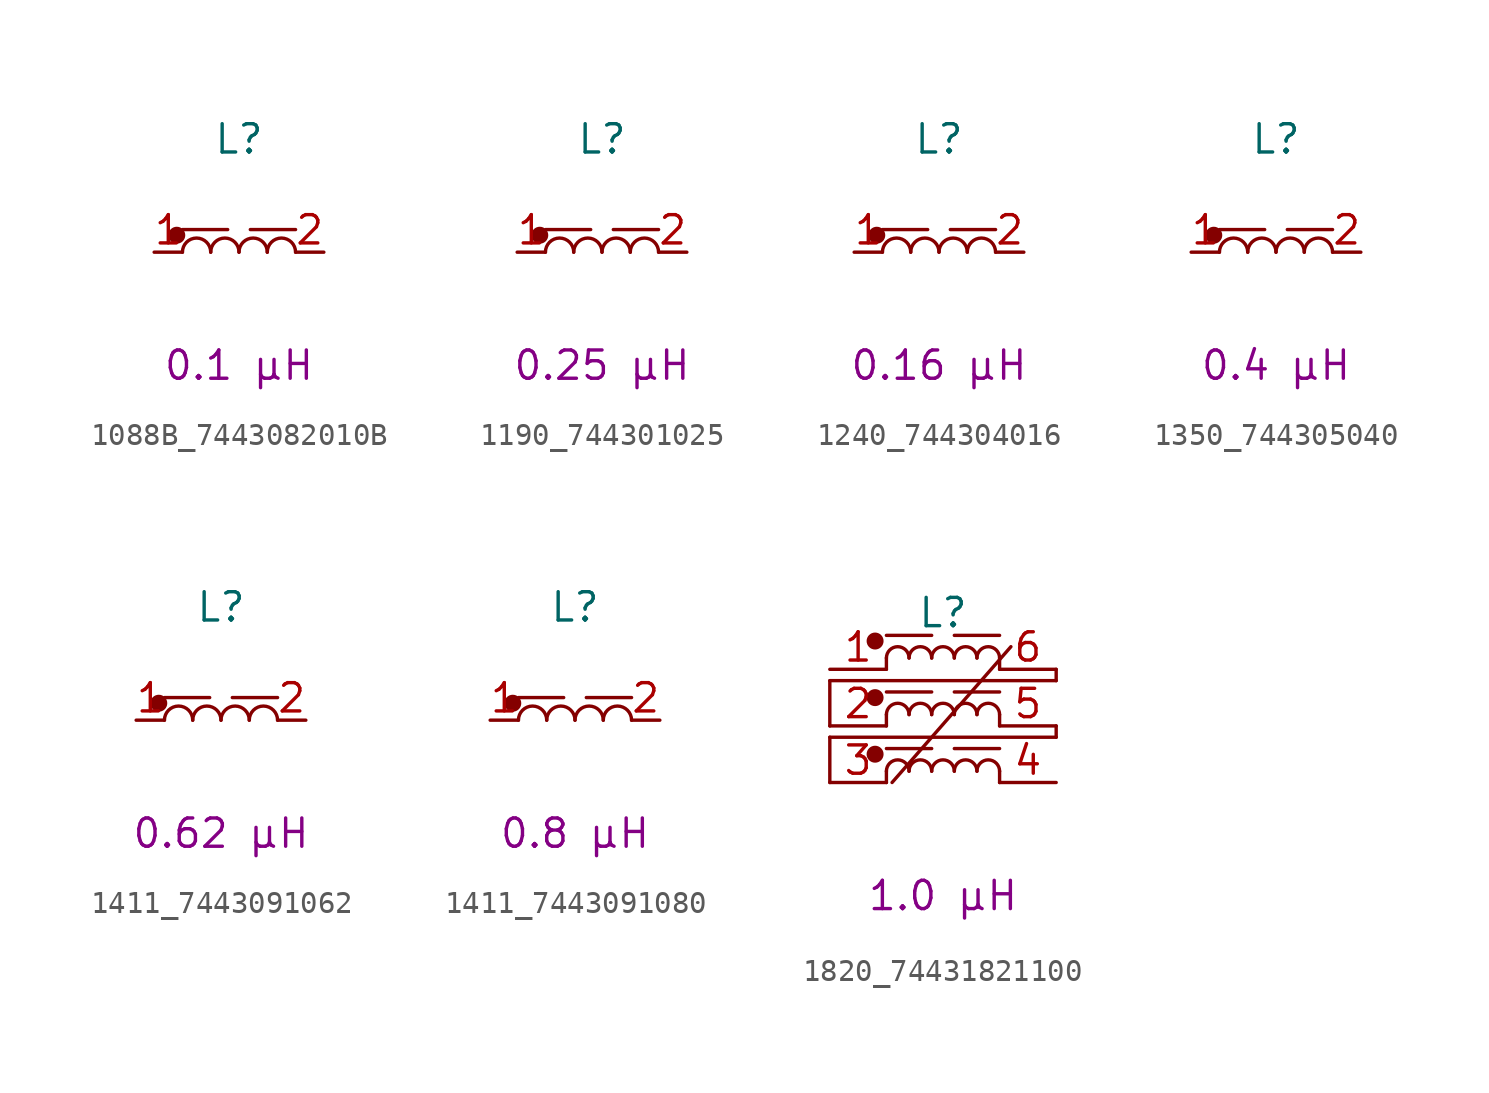
<source format=kicad_sym>
(kicad_symbol_lib
  (version 20220914)
  (generator kicad_symbol_editor)
  (symbol "1088B_7443082010B"
    (pin_names hide)
    (property "Reference" "L"
      (at 0 5.08 0)
      (effects (font (size 1.27 1.27))))
    (property "Critical Parameter" "0.1 µH"
      (at 0 -5.08 0)
      (effects (font (size 1.27 1.27))))
    (symbol "1088B_7443082010B_0_1"
      (arc (start -1.27 0) (mid -1.905 0.6323) (end -2.54 0) (stroke (width 0) (type default)) (fill (type none)))
      (arc (start 0 0) (mid -0.635 0.6323) (end -1.27 0) (stroke (width 0) (type default)) (fill (type none)))
      (polyline (pts (xy -2.54 1.016) (xy -0.508 1.016)) (stroke (width 0) (type default)) (fill (type none)))
      (arc (start 1.27 0) (mid 0.635 0.6323) (end 0 0) (stroke (width 0) (type default)) (fill (type none)))
      (arc (start 2.54 0) (mid 1.905 0.6323) (end 1.27 0) (stroke (width 0) (type default)) (fill (type none))))
    (symbol "1088B_7443082010B_1_1"
      (circle (center -2.794 0.762) (radius 0.0001) (stroke (width 0.381) (type default)) (fill (type none)))
      (polyline (pts (xy 2.54 1.016) (xy 0.508 1.016)) (stroke (width 0) (type default)) (fill (type none)))
      (pin passive line (at -3.81 0 0) (length 1.27) (name "1" (effects (font (size 1.27 1.27)))) (number "1" (effects (font (size 1.27 1.27)))))
      (pin passive line (at 3.81 0 180) (length 1.27) (name "2" (effects (font (size 1.27 1.27)))) (number "2" (effects (font (size 1.27 1.27)))))))
  (symbol "1190_744301025"
    (pin_names hide)
    (property "Reference" "L"
      (at 0 5.08 0)
      (effects (font (size 1.27 1.27))))
    (property "Critical Parameter" "0.25 µH"
      (at 0 -5.08 0)
      (effects (font (size 1.27 1.27))))
    (symbol "1190_744301025_0_1"
      (arc (start -1.27 0) (mid -1.905 0.6323) (end -2.54 0) (stroke (width 0) (type default)) (fill (type none)))
      (arc (start 0 0) (mid -0.635 0.6323) (end -1.27 0) (stroke (width 0) (type default)) (fill (type none)))
      (polyline (pts (xy -2.54 1.016) (xy -0.508 1.016)) (stroke (width 0) (type default)) (fill (type none)))
      (arc (start 1.27 0) (mid 0.635 0.6323) (end 0 0) (stroke (width 0) (type default)) (fill (type none)))
      (arc (start 2.54 0) (mid 1.905 0.6323) (end 1.27 0) (stroke (width 0) (type default)) (fill (type none))))
    (symbol "1190_744301025_1_1"
      (circle (center -2.794 0.762) (radius 0.0001) (stroke (width 0.381) (type default)) (fill (type none)))
      (polyline (pts (xy 2.54 1.016) (xy 0.508 1.016)) (stroke (width 0) (type default)) (fill (type none)))
      (pin passive line (at -3.81 0 0) (length 1.27) (name "1" (effects (font (size 1.27 1.27)))) (number "1" (effects (font (size 1.27 1.27)))))
      (pin passive line (at 3.81 0 180) (length 1.27) (name "2" (effects (font (size 1.27 1.27)))) (number "2" (effects (font (size 1.27 1.27)))))))
  (symbol "1240_744304016"
    (pin_names hide)
    (property "Reference" "L"
      (at 0 5.08 0)
      (effects (font (size 1.27 1.27))))
    (property "Critical Parameter" "0.16 µH"
      (at 0 -5.08 0)
      (effects (font (size 1.27 1.27))))
    (symbol "1240_744304016_0_1"
      (arc (start -1.27 0) (mid -1.905 0.6323) (end -2.54 0) (stroke (width 0) (type default)) (fill (type none)))
      (arc (start 0 0) (mid -0.635 0.6323) (end -1.27 0) (stroke (width 0) (type default)) (fill (type none)))
      (polyline (pts (xy -2.54 1.016) (xy -0.508 1.016)) (stroke (width 0) (type default)) (fill (type none)))
      (arc (start 1.27 0) (mid 0.635 0.6323) (end 0 0) (stroke (width 0) (type default)) (fill (type none)))
      (arc (start 2.54 0) (mid 1.905 0.6323) (end 1.27 0) (stroke (width 0) (type default)) (fill (type none))))
    (symbol "1240_744304016_1_1"
      (circle (center -2.794 0.762) (radius 0.0001) (stroke (width 0.381) (type default)) (fill (type none)))
      (polyline (pts (xy 2.54 1.016) (xy 0.508 1.016)) (stroke (width 0) (type default)) (fill (type none)))
      (pin passive line (at -3.81 0 0) (length 1.27) (name "1" (effects (font (size 1.27 1.27)))) (number "1" (effects (font (size 1.27 1.27)))))
      (pin passive line (at 3.81 0 180) (length 1.27) (name "2" (effects (font (size 1.27 1.27)))) (number "2" (effects (font (size 1.27 1.27)))))))
  (symbol "1350_744305040"
    (pin_names hide)
    (property "Reference" "L"
      (at 0 5.08 0)
      (effects (font (size 1.27 1.27))))
    (property "Critical Parameter" "0.4 µH"
      (at 0 -5.08 0)
      (effects (font (size 1.27 1.27))))
    (symbol "1350_744305040_0_1"
      (arc (start -1.27 0) (mid -1.905 0.6323) (end -2.54 0) (stroke (width 0) (type default)) (fill (type none)))
      (arc (start 0 0) (mid -0.635 0.6323) (end -1.27 0) (stroke (width 0) (type default)) (fill (type none)))
      (polyline (pts (xy -2.54 1.016) (xy -0.508 1.016)) (stroke (width 0) (type default)) (fill (type none)))
      (arc (start 1.27 0) (mid 0.635 0.6323) (end 0 0) (stroke (width 0) (type default)) (fill (type none)))
      (arc (start 2.54 0) (mid 1.905 0.6323) (end 1.27 0) (stroke (width 0) (type default)) (fill (type none))))
    (symbol "1350_744305040_1_1"
      (circle (center -2.794 0.762) (radius 0.0001) (stroke (width 0.381) (type default)) (fill (type none)))
      (polyline (pts (xy 2.54 1.016) (xy 0.508 1.016)) (stroke (width 0) (type default)) (fill (type none)))
      (pin passive line (at -3.81 0 0) (length 1.27) (name "1" (effects (font (size 1.27 1.27)))) (number "1" (effects (font (size 1.27 1.27)))))
      (pin passive line (at 3.81 0 180) (length 1.27) (name "2" (effects (font (size 1.27 1.27)))) (number "2" (effects (font (size 1.27 1.27)))))))
  (symbol "1411_7443091062"
    (pin_names hide)
    (property "Reference" "L"
      (at 0 5.08 0)
      (effects (font (size 1.27 1.27))))
    (property "Critical Parameter" "0.62 µH"
      (at 0 -5.08 0)
      (effects (font (size 1.27 1.27))))
    (symbol "1411_7443091062_0_1"
      (arc (start -1.27 0) (mid -1.905 0.6323) (end -2.54 0) (stroke (width 0) (type default)) (fill (type none)))
      (arc (start 0 0) (mid -0.635 0.6323) (end -1.27 0) (stroke (width 0) (type default)) (fill (type none)))
      (polyline (pts (xy -2.54 1.016) (xy -0.508 1.016)) (stroke (width 0) (type default)) (fill (type none)))
      (arc (start 1.27 0) (mid 0.635 0.6323) (end 0 0) (stroke (width 0) (type default)) (fill (type none)))
      (arc (start 2.54 0) (mid 1.905 0.6323) (end 1.27 0) (stroke (width 0) (type default)) (fill (type none))))
    (symbol "1411_7443091062_1_1"
      (circle (center -2.794 0.762) (radius 0.0001) (stroke (width 0.381) (type default)) (fill (type none)))
      (polyline (pts (xy 2.54 1.016) (xy 0.508 1.016)) (stroke (width 0) (type default)) (fill (type none)))
      (pin passive line (at -3.81 0 0) (length 1.27) (name "1" (effects (font (size 1.27 1.27)))) (number "1" (effects (font (size 1.27 1.27)))))
      (pin passive line (at 3.81 0 180) (length 1.27) (name "2" (effects (font (size 1.27 1.27)))) (number "2" (effects (font (size 1.27 1.27)))))))
  (symbol "1411_7443091080"
    (pin_names hide)
    (property "Reference" "L"
      (at 0 5.08 0)
      (effects (font (size 1.27 1.27))))
    (property "Critical Parameter" "0.8 µH"
      (at 0 -5.08 0)
      (effects (font (size 1.27 1.27))))
    (symbol "1411_7443091080_0_1"
      (arc (start -1.27 0) (mid -1.905 0.6323) (end -2.54 0) (stroke (width 0) (type default)) (fill (type none)))
      (arc (start 0 0) (mid -0.635 0.6323) (end -1.27 0) (stroke (width 0) (type default)) (fill (type none)))
      (polyline (pts (xy -2.54 1.016) (xy -0.508 1.016)) (stroke (width 0) (type default)) (fill (type none)))
      (arc (start 1.27 0) (mid 0.635 0.6323) (end 0 0) (stroke (width 0) (type default)) (fill (type none)))
      (arc (start 2.54 0) (mid 1.905 0.6323) (end 1.27 0) (stroke (width 0) (type default)) (fill (type none))))
    (symbol "1411_7443091080_1_1"
      (circle (center -2.794 0.762) (radius 0.0001) (stroke (width 0.381) (type default)) (fill (type none)))
      (polyline (pts (xy 2.54 1.016) (xy 0.508 1.016)) (stroke (width 0) (type default)) (fill (type none)))
      (pin passive line (at -3.81 0 0) (length 1.27) (name "1" (effects (font (size 1.27 1.27)))) (number "1" (effects (font (size 1.27 1.27)))))
      (pin passive line (at 3.81 0 180) (length 1.27) (name "2" (effects (font (size 1.27 1.27)))) (number "2" (effects (font (size 1.27 1.27)))))))
  (symbol "1820_74431821100"
    (pin_names hide)
    (property "Reference" "L"
      (at 0 5.08 0)
      (effects (font (size 1.27 1.27))))
    (property "Critical Parameter" "1.0 µH"
      (at 0 -7.62 0)
      (effects (font (size 1.27 1.27))))
    (symbol "1820_74431821100_0_1"
      (arc (start -1.524 -2.032) (mid -2.032 -1.5262) (end -2.54 -2.032) (stroke (width 0) (type default)) (fill (type none)))
      (arc (start -1.524 0.508) (mid -2.032 1.0138) (end -2.54 0.508) (stroke (width 0) (type default)) (fill (type none)))
      (arc (start -1.524 3.048) (mid -2.032 3.5538) (end -2.54 3.048) (stroke (width 0) (type default)) (fill (type none)))
      (arc (start -0.508 -2.032) (mid -1.016 -1.5262) (end -1.524 -2.032) (stroke (width 0) (type default)) (fill (type none)))
      (arc (start -0.508 0.508) (mid -1.016 1.0138) (end -1.524 0.508) (stroke (width 0) (type default)) (fill (type none)))
      (arc (start -0.508 3.048) (mid -1.016 3.5538) (end -1.524 3.048) (stroke (width 0) (type default)) (fill (type none)))
      (polyline (pts (xy -2.54 -2.032) (xy -2.54 -2.54)) (stroke (width 0) (type default)) (fill (type none)))
      (polyline (pts (xy -2.54 -1.016) (xy -0.508 -1.016)) (stroke (width 0) (type default)) (fill (type none)))
      (polyline (pts (xy -2.54 0.508) (xy -2.54 0)) (stroke (width 0) (type default)) (fill (type none)))
      (polyline (pts (xy -2.54 1.524) (xy -0.508 1.524)) (stroke (width 0) (type default)) (fill (type none)))
      (polyline (pts (xy -2.54 3.048) (xy -2.54 2.54)) (stroke (width 0) (type default)) (fill (type none)))
      (polyline (pts (xy -2.54 4.064) (xy -0.508 4.064)) (stroke (width 0) (type default)) (fill (type none)))
      (polyline (pts (xy 0.508 -1.016) (xy 2.54 -1.016)) (stroke (width 0) (type default)) (fill (type none)))
      (polyline (pts (xy 0.508 1.524) (xy 2.54 1.524)) (stroke (width 0) (type default)) (fill (type none)))
      (polyline (pts (xy 0.508 4.064) (xy 2.54 4.064)) (stroke (width 0) (type default)) (fill (type none)))
      (polyline (pts (xy 2.54 -2.032) (xy 2.54 -2.54)) (stroke (width 0) (type default)) (fill (type none)))
      (polyline (pts (xy 2.54 0.508) (xy 2.54 0)) (stroke (width 0) (type default)) (fill (type none)))
      (polyline (pts (xy 2.54 3.048) (xy 2.54 2.54)) (stroke (width 0) (type default)) (fill (type none)))
      (arc (start 0.508 -2.032) (mid 0 -1.5262) (end -0.508 -2.032) (stroke (width 0) (type default)) (fill (type none)))
      (arc (start 0.508 0.508) (mid 0 1.0138) (end -0.508 0.508) (stroke (width 0) (type default)) (fill (type none)))
      (arc (start 0.508 3.048) (mid 0 3.5538) (end -0.508 3.048) (stroke (width 0) (type default)) (fill (type none)))
      (arc (start 1.524 -2.032) (mid 1.016 -1.5262) (end 0.508 -2.032) (stroke (width 0) (type default)) (fill (type none)))
      (arc (start 1.524 0.508) (mid 1.016 1.0138) (end 0.508 0.508) (stroke (width 0) (type default)) (fill (type none)))
      (arc (start 1.524 3.048) (mid 1.016 3.5538) (end 0.508 3.048) (stroke (width 0) (type default)) (fill (type none)))
      (arc (start 2.54 -2.032) (mid 2.032 -1.5262) (end 1.524 -2.032) (stroke (width 0) (type default)) (fill (type none)))
      (arc (start 2.54 0.508) (mid 2.032 1.0138) (end 1.524 0.508) (stroke (width 0) (type default)) (fill (type none)))
      (arc (start 2.54 3.048) (mid 2.032 3.5538) (end 1.524 3.048) (stroke (width 0) (type default)) (fill (type none))))
    (symbol "1820_74431821100_1_1"
      (circle (center -3.048 -1.27) (radius 0.0001) (stroke (width 0.381) (type default)) (fill (type none)))
      (circle (center -3.048 1.27) (radius 0.0001) (stroke (width 0.381) (type default)) (fill (type none)))
      (circle (center -3.048 3.81) (radius 0.0001) (stroke (width 0.381) (type default)) (fill (type none)))
      (polyline (pts (xy -5.08 -0.508) (xy -5.08 -2.54)) (stroke (width 0) (type default)) (fill (type none)))
      (polyline (pts (xy -5.08 -0.508) (xy 5.08 -0.508)) (stroke (width 0) (type default)) (fill (type none)))
      (polyline (pts (xy -5.08 2.032) (xy -5.08 0)) (stroke (width 0) (type default)) (fill (type none)))
      (polyline (pts (xy -5.08 2.032) (xy 5.08 2.032)) (stroke (width 0) (type default)) (fill (type none)))
      (polyline (pts (xy -2.286 -2.54) (xy 3.048 3.556)) (stroke (width 0) (type default)) (fill (type none)))
      (polyline (pts (xy 5.08 0) (xy 5.08 -0.508)) (stroke (width 0) (type default)) (fill (type none)))
      (polyline (pts (xy 5.08 2.54) (xy 5.08 2.032)) (stroke (width 0) (type default)) (fill (type none)))
      (pin passive line (at -5.08 2.54 0) (length 2.54) (name "1" (effects (font (size 1.27 1.27)))) (number "1" (effects (font (size 1.27 1.27)))))
      (pin passive line (at -5.08 0 0) (length 2.54) (name "2" (effects (font (size 1.27 1.27)))) (number "2" (effects (font (size 1.27 1.27)))))
      (pin passive line (at -5.08 -2.54 0) (length 2.54) (name "3" (effects (font (size 1.27 1.27)))) (number "3" (effects (font (size 1.27 1.27)))))
      (pin passive line (at 5.08 -2.54 180) (length 2.54) (name "4" (effects (font (size 1.27 1.27)))) (number "4" (effects (font (size 1.27 1.27)))))
      (pin passive line (at 5.08 0 180) (length 2.54) (name "5" (effects (font (size 1.27 1.27)))) (number "5" (effects (font (size 1.27 1.27)))))
      (pin passive line (at 5.08 2.54 180) (length 2.54) (name "6" (effects (font (size 1.27 1.27)))) (number "6" (effects (font (size 1.27 1.27))))))))
</source>
